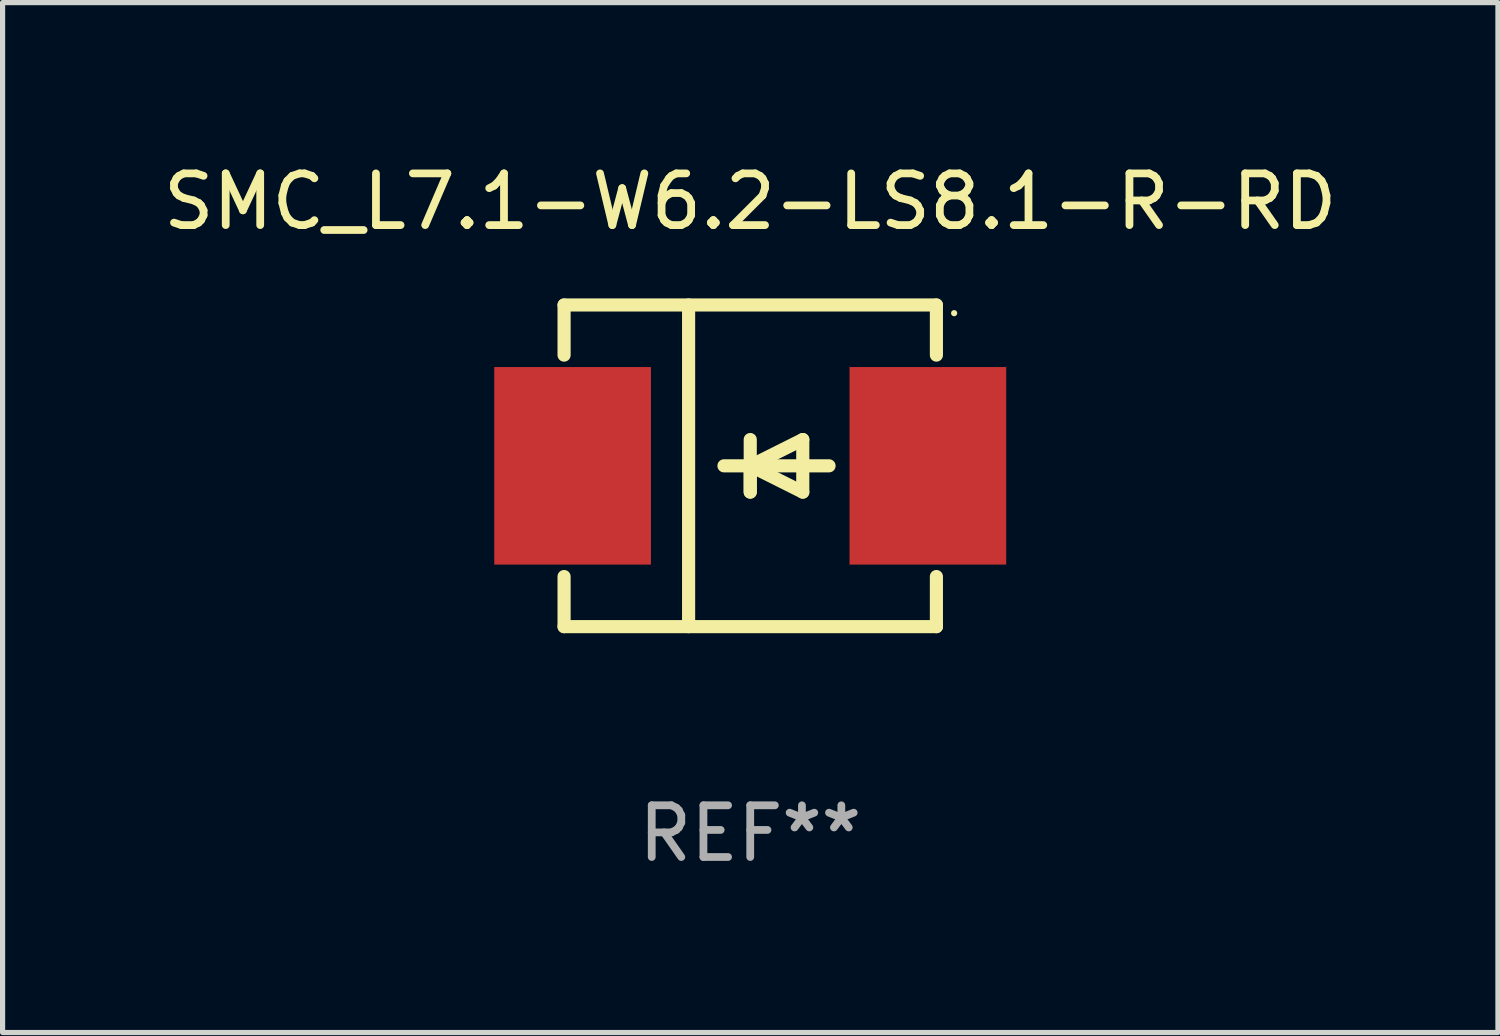
<source format=kicad_pcb>
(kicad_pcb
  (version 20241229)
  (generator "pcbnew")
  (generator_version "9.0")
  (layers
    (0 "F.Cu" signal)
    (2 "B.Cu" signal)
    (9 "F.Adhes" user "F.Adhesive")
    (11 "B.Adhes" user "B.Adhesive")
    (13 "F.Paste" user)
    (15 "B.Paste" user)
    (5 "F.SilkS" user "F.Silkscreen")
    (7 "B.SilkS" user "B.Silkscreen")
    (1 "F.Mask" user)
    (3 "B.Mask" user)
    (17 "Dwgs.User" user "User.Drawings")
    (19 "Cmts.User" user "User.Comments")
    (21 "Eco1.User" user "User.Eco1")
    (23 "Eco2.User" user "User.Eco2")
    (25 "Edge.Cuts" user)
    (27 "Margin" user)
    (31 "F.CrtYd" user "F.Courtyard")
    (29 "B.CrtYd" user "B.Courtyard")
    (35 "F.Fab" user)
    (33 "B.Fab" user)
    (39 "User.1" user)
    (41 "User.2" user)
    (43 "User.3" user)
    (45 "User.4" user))
  (footprint "SMC_L7.1-W6.2-LS8.1-R-RD"
    (layer "F.Cu")
    (at 11.458 5.958)
    (property "Reference" "SMC_L7.1-W6.2-LS8.1-R-RD" (at -0.000025 -5.11 0) (layer "F.SilkS") (effects (font (size 1 1) (thickness 0.15))))
    (attr through_hole)
    (fp_line (start -3.6 -3.11) (end -3.6 -2.141) (stroke (width 0.254) (type solid)) (layer "F.SilkS"))
    (fp_line (start -3.6 -3.11) (end 3.6 -3.11) (stroke (width 0.254) (type solid)) (layer "F.SilkS"))
    (fp_line (start -3.6 2.141) (end -3.6 3.11) (stroke (width 0.254) (type solid)) (layer "F.SilkS"))
    (fp_line (start -3.6 3.11) (end 3.6 3.11) (stroke (width 0.254) (type solid)) (layer "F.SilkS"))
    (fp_line (start -1.192 -3.11) (end -1.192 3.11) (stroke (width 0.254) (type solid)) (layer "F.SilkS"))
    (fp_line (start -0.000025 0) (end -0.000025 0.508) (stroke (width 0.254) (type solid)) (layer "F.SilkS"))
    (fp_line (start -0.000025 0) (end 1.016 0.508) (stroke (width 0.254) (type solid)) (layer "F.SilkS"))
    (fp_line (start -0.000025 0.508) (end -0.000025 -0.508) (stroke (width 0.254) (type solid)) (layer "F.SilkS"))
    (fp_line (start 1.016 -0.508) (end -0.000025 0) (stroke (width 0.254) (type solid)) (layer "F.SilkS"))
    (fp_line (start 1.016 0.508) (end 1.016 -0.508) (stroke (width 0.254) (type solid)) (layer "F.SilkS"))
    (fp_line (start 1.524 0) (end -0.508 0) (stroke (width 0.254) (type solid)) (layer "F.SilkS"))
    (fp_line (start 3.6 -3.11) (end 3.6 -2.141) (stroke (width 0.254) (type solid)) (layer "F.SilkS"))
    (fp_line (start 3.6 2.141) (end 3.6 3.11) (stroke (width 0.254) (type solid)) (layer "F.SilkS"))
    (fp_circle (center 3.943 -2.952) (end 3.973 -2.952) (stroke (width 0.06) (type solid)) (fill no) (layer "F.SilkS"))
    (fp_text user "REF**" (at -0.000025 7.11 0) (layer "F.Fab") (effects (font (size 1 1) (thickness 0.15))))
    (pad "1" smd rect (at 3.435 0 180) (size 3.03 3.82) (layers "F.Cu" "F.Mask" "F.Paste"))
    (pad "2" smd rect (at -3.435 0 180) (size 3.03 3.82) (layers "F.Cu" "F.Mask" "F.Paste")))
  (gr_rect
    (start -3 -3)
    (end 25.917 16.917)
    (stroke (width 0.1) (type default))
    (fill no)
    (layer "Edge.Cuts")))
</source>
